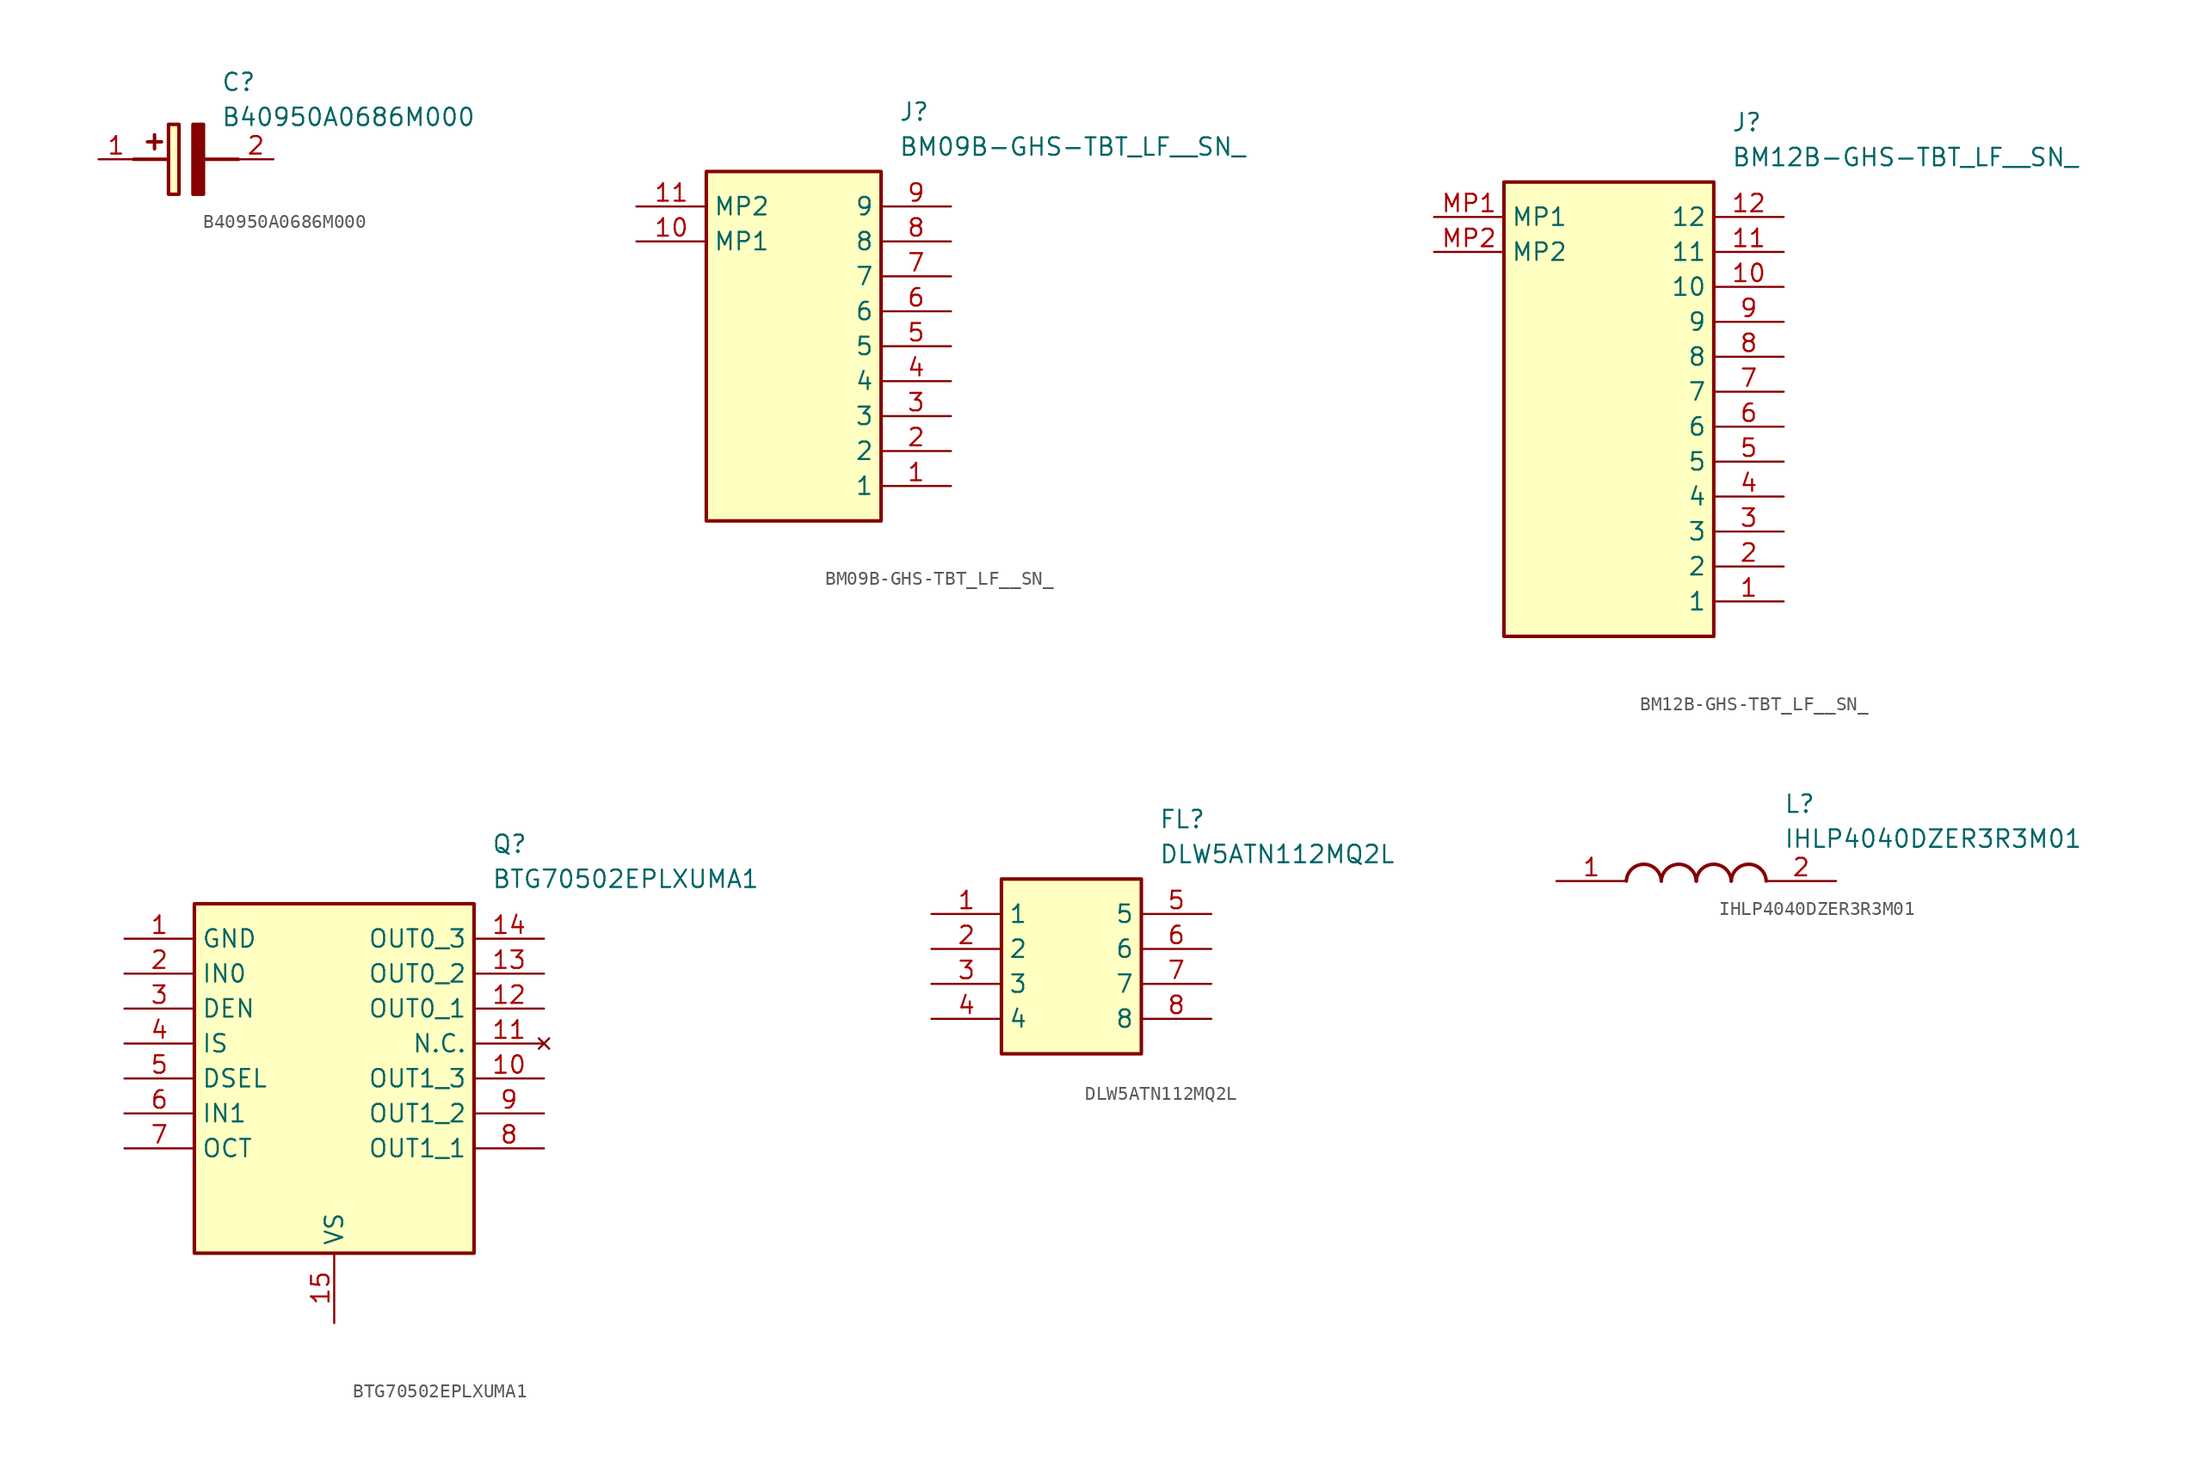
<source format=kicad_sym>
(kicad_symbol_lib
  (version 20241209)
  (generator "kicad_symbol_editor")
  (generator_version "9.0")
  (symbol "B40950A0686M000"
    (pin_names hide)
    (property "Reference" "C"
      (at 8.89 6.35 0)
      (effects (font (size 1.27 1.27)) (justify left top)))
    (property "Value" "B40950A0686M000"
      (at 8.89 3.81 0)
      (effects (font (size 1.27 1.27)) (justify left top)))
    (rectangle
      (start 5.08 2.54)
      (end 5.842 -2.54)
      (stroke (width 0.254) (type default))
      (fill (type background)))
    (polyline
      (pts (xy 4.572 1.27) (xy 3.556 1.27))
      (stroke (width 0.254) (type default))
      (fill (type none)))
    (polyline
      (pts (xy 4.064 1.778) (xy 4.064 0.762))
      (stroke (width 0.254) (type default))
      (fill (type none)))
    (polyline
      (pts (xy 2.54 0) (xy 5.08 0))
      (stroke (width 0.254) (type default))
      (fill (type none)))
    (polyline
      (pts (xy 7.62 0) (xy 10.16 0))
      (stroke (width 0.254) (type default))
      (fill (type none)))
    (polyline
      (pts (xy 7.62 2.54) (xy 7.62 -2.54) (xy 6.858 -2.54) (xy 6.858 2.54) (xy 7.62 2.54))
      (stroke (width 0.254) (type default))
      (fill (type outline)))
    (pin passive line
      (at 0 0 0)
      (length 2.54)
      (name "+" (effects (font (size 1.27 1.27))))
      (number "1" (effects (font (size 1.27 1.27)))))
    (pin passive line
      (at 12.7 0 180)
      (length 2.54)
      (name "-" (effects (font (size 1.27 1.27))))
      (number "2" (effects (font (size 1.27 1.27))))))
  (symbol "BM09B-GHS-TBT_LF__SN_"
    (property "Reference" "J"
      (at 19.05 7.62 0)
      (effects (font (size 1.27 1.27)) (justify left top)))
    (property "Value" "BM09B-GHS-TBT_LF__SN_"
      (at 19.05 5.08 0)
      (effects (font (size 1.27 1.27)) (justify left top)))
    (rectangle
      (start 5.08 2.54)
      (end 17.78 -22.86)
      (stroke (width 0.254) (type default))
      (fill (type background)))
    (pin passive line
      (at 22.86 -20.32 180)
      (length 5.08)
      (name "1" (effects (font (size 1.27 1.27))))
      (number "1" (effects (font (size 1.27 1.27)))))
    (pin passive line
      (at 22.86 -17.78 180)
      (length 5.08)
      (name "2" (effects (font (size 1.27 1.27))))
      (number "2" (effects (font (size 1.27 1.27)))))
    (pin passive line
      (at 22.86 -15.24 180)
      (length 5.08)
      (name "3" (effects (font (size 1.27 1.27))))
      (number "3" (effects (font (size 1.27 1.27)))))
    (pin passive line
      (at 22.86 -12.7 180)
      (length 5.08)
      (name "4" (effects (font (size 1.27 1.27))))
      (number "4" (effects (font (size 1.27 1.27)))))
    (pin passive line
      (at 22.86 -10.16 180)
      (length 5.08)
      (name "5" (effects (font (size 1.27 1.27))))
      (number "5" (effects (font (size 1.27 1.27)))))
    (pin passive line
      (at 22.86 -7.62 180)
      (length 5.08)
      (name "6" (effects (font (size 1.27 1.27))))
      (number "6" (effects (font (size 1.27 1.27)))))
    (pin passive line
      (at 22.86 -5.08 180)
      (length 5.08)
      (name "7" (effects (font (size 1.27 1.27))))
      (number "7" (effects (font (size 1.27 1.27)))))
    (pin passive line
      (at 22.86 -2.54 180)
      (length 5.08)
      (name "8" (effects (font (size 1.27 1.27))))
      (number "8" (effects (font (size 1.27 1.27)))))
    (pin passive line
      (at 22.86 0 180)
      (length 5.08)
      (name "9" (effects (font (size 1.27 1.27))))
      (number "9" (effects (font (size 1.27 1.27)))))
    (pin passive line
      (at 0 -2.54 0)
      (length 5.08)
      (name "MP1" (effects (font (size 1.27 1.27))))
      (number "10" (effects (font (size 1.27 1.27)))))
    (pin passive line
      (at 0 0 0)
      (length 5.08)
      (name "MP2" (effects (font (size 1.27 1.27))))
      (number "11" (effects (font (size 1.27 1.27))))))
  (symbol "BM12B-GHS-TBT_LF__SN_"
    (property "Reference" "J"
      (at 21.59 7.62 0)
      (effects (font (size 1.27 1.27)) (justify left top)))
    (property "Value" "BM12B-GHS-TBT_LF__SN_"
      (at 21.59 5.08 0)
      (effects (font (size 1.27 1.27)) (justify left top)))
    (rectangle
      (start 5.08 2.54)
      (end 20.32 -30.48)
      (stroke (width 0.254) (type default))
      (fill (type background)))
    (pin passive line
      (at 25.4 -27.94 180)
      (length 5.08)
      (name "1" (effects (font (size 1.27 1.27))))
      (number "1" (effects (font (size 1.27 1.27)))))
    (pin passive line
      (at 25.4 -25.4 180)
      (length 5.08)
      (name "2" (effects (font (size 1.27 1.27))))
      (number "2" (effects (font (size 1.27 1.27)))))
    (pin passive line
      (at 25.4 -22.86 180)
      (length 5.08)
      (name "3" (effects (font (size 1.27 1.27))))
      (number "3" (effects (font (size 1.27 1.27)))))
    (pin passive line
      (at 25.4 -20.32 180)
      (length 5.08)
      (name "4" (effects (font (size 1.27 1.27))))
      (number "4" (effects (font (size 1.27 1.27)))))
    (pin passive line
      (at 25.4 -17.78 180)
      (length 5.08)
      (name "5" (effects (font (size 1.27 1.27))))
      (number "5" (effects (font (size 1.27 1.27)))))
    (pin passive line
      (at 25.4 -15.24 180)
      (length 5.08)
      (name "6" (effects (font (size 1.27 1.27))))
      (number "6" (effects (font (size 1.27 1.27)))))
    (pin passive line
      (at 25.4 -12.7 180)
      (length 5.08)
      (name "7" (effects (font (size 1.27 1.27))))
      (number "7" (effects (font (size 1.27 1.27)))))
    (pin passive line
      (at 25.4 -10.16 180)
      (length 5.08)
      (name "8" (effects (font (size 1.27 1.27))))
      (number "8" (effects (font (size 1.27 1.27)))))
    (pin passive line
      (at 25.4 -7.62 180)
      (length 5.08)
      (name "9" (effects (font (size 1.27 1.27))))
      (number "9" (effects (font (size 1.27 1.27)))))
    (pin passive line
      (at 25.4 -5.08 180)
      (length 5.08)
      (name "10" (effects (font (size 1.27 1.27))))
      (number "10" (effects (font (size 1.27 1.27)))))
    (pin passive line
      (at 25.4 -2.54 180)
      (length 5.08)
      (name "11" (effects (font (size 1.27 1.27))))
      (number "11" (effects (font (size 1.27 1.27)))))
    (pin passive line
      (at 25.4 0 180)
      (length 5.08)
      (name "12" (effects (font (size 1.27 1.27))))
      (number "12" (effects (font (size 1.27 1.27)))))
    (pin passive line
      (at 0 0 0)
      (length 5.08)
      (name "MP1" (effects (font (size 1.27 1.27))))
      (number "MP1" (effects (font (size 1.27 1.27)))))
    (pin passive line
      (at 0 -2.54 0)
      (length 5.08)
      (name "MP2" (effects (font (size 1.27 1.27))))
      (number "MP2" (effects (font (size 1.27 1.27))))))
  (symbol "BTG70502EPLXUMA1"
    (property "Reference" "Q"
      (at 26.67 7.62 0)
      (effects (font (size 1.27 1.27)) (justify left top)))
    (property "Value" "BTG70502EPLXUMA1"
      (at 26.67 5.08 0)
      (effects (font (size 1.27 1.27)) (justify left top)))
    (symbol "BTG70502EPLXUMA1_1_1"
      (rectangle (start 5.08 2.54) (end 25.4 -22.86) (stroke (width 0.254) (type default)) (fill (type background)))
      (pin passive line (at 0 0 0) (length 5.08) (name "GND" (effects (font (size 1.27 1.27)))) (number "1" (effects (font (size 1.27 1.27)))))
      (pin passive line (at 0 -2.54 0) (length 5.08) (name "IN0" (effects (font (size 1.27 1.27)))) (number "2" (effects (font (size 1.27 1.27)))))
      (pin passive line (at 0 -5.08 0) (length 5.08) (name "DEN" (effects (font (size 1.27 1.27)))) (number "3" (effects (font (size 1.27 1.27)))))
      (pin passive line (at 0 -7.62 0) (length 5.08) (name "IS" (effects (font (size 1.27 1.27)))) (number "4" (effects (font (size 1.27 1.27)))))
      (pin passive line (at 0 -10.16 0) (length 5.08) (name "DSEL" (effects (font (size 1.27 1.27)))) (number "5" (effects (font (size 1.27 1.27)))))
      (pin passive line (at 0 -12.7 0) (length 5.08) (name "IN1" (effects (font (size 1.27 1.27)))) (number "6" (effects (font (size 1.27 1.27)))))
      (pin passive line (at 0 -15.24 0) (length 5.08) (name "OCT" (effects (font (size 1.27 1.27)))) (number "7" (effects (font (size 1.27 1.27)))))
      (pin passive line (at 15.24 -27.94 90) (length 5.08) (name "VS" (effects (font (size 1.27 1.27)))) (number "15" (effects (font (size 1.27 1.27)))))
      (pin passive line (at 30.48 0 180) (length 5.08) (name "OUT0_3" (effects (font (size 1.27 1.27)))) (number "14" (effects (font (size 1.27 1.27)))))
      (pin passive line (at 30.48 -2.54 180) (length 5.08) (name "OUT0_2" (effects (font (size 1.27 1.27)))) (number "13" (effects (font (size 1.27 1.27)))))
      (pin passive line (at 30.48 -5.08 180) (length 5.08) (name "OUT0_1" (effects (font (size 1.27 1.27)))) (number "12" (effects (font (size 1.27 1.27)))))
      (pin no_connect line (at 30.48 -7.62 180) (length 5.08) (name "N.C." (effects (font (size 1.27 1.27)))) (number "11" (effects (font (size 1.27 1.27)))))
      (pin passive line (at 30.48 -10.16 180) (length 5.08) (name "OUT1_3" (effects (font (size 1.27 1.27)))) (number "10" (effects (font (size 1.27 1.27)))))
      (pin passive line (at 30.48 -12.7 180) (length 5.08) (name "OUT1_2" (effects (font (size 1.27 1.27)))) (number "9" (effects (font (size 1.27 1.27)))))
      (pin passive line (at 30.48 -15.24 180) (length 5.08) (name "OUT1_1" (effects (font (size 1.27 1.27)))) (number "8" (effects (font (size 1.27 1.27)))))))
  (symbol "DLW5ATN112MQ2L"
    (property "Reference" "FL"
      (at 16.51 7.62 0)
      (effects (font (size 1.27 1.27)) (justify left top)))
    (property "Value" "DLW5ATN112MQ2L"
      (at 16.51 5.08 0)
      (effects (font (size 1.27 1.27)) (justify left top)))
    (symbol "DLW5ATN112MQ2L_1_1"
      (rectangle (start 5.08 2.54) (end 15.24 -10.16) (stroke (width 0.254) (type default)) (fill (type background)))
      (pin passive line (at 0 0 0) (length 5.08) (name "1" (effects (font (size 1.27 1.27)))) (number "1" (effects (font (size 1.27 1.27)))))
      (pin passive line (at 0 -2.54 0) (length 5.08) (name "2" (effects (font (size 1.27 1.27)))) (number "2" (effects (font (size 1.27 1.27)))))
      (pin passive line (at 0 -5.08 0) (length 5.08) (name "3" (effects (font (size 1.27 1.27)))) (number "3" (effects (font (size 1.27 1.27)))))
      (pin passive line (at 0 -7.62 0) (length 5.08) (name "4" (effects (font (size 1.27 1.27)))) (number "4" (effects (font (size 1.27 1.27)))))
      (pin passive line (at 20.32 0 180) (length 5.08) (name "5" (effects (font (size 1.27 1.27)))) (number "5" (effects (font (size 1.27 1.27)))))
      (pin passive line (at 20.32 -2.54 180) (length 5.08) (name "6" (effects (font (size 1.27 1.27)))) (number "6" (effects (font (size 1.27 1.27)))))
      (pin passive line (at 20.32 -5.08 180) (length 5.08) (name "7" (effects (font (size 1.27 1.27)))) (number "7" (effects (font (size 1.27 1.27)))))
      (pin passive line (at 20.32 -7.62 180) (length 5.08) (name "8" (effects (font (size 1.27 1.27)))) (number "8" (effects (font (size 1.27 1.27)))))))
  (symbol "IHLP4040DZER3R3M01"
    (pin_names hide)
    (property "Reference" "L"
      (at 16.51 6.35 0)
      (effects (font (size 1.27 1.27)) (justify left top)))
    (property "Value" "IHLP4040DZER3R3M01"
      (at 16.51 3.81 0)
      (effects (font (size 1.27 1.27)) (justify left top)))
    (arc
      (start 7.62 0)
      (mid 6.35 1.219)
      (end 5.08 0)
      (stroke (width 0.254) (type default))
      (fill (type none)))
    (arc
      (start 10.16 0)
      (mid 8.89 1.219)
      (end 7.62 0)
      (stroke (width 0.254) (type default))
      (fill (type none)))
    (arc
      (start 12.7 0)
      (mid 11.43 1.219)
      (end 10.16 0)
      (stroke (width 0.254) (type default))
      (fill (type none)))
    (arc
      (start 15.24 0)
      (mid 13.97 1.219)
      (end 12.7 0)
      (stroke (width 0.254) (type default))
      (fill (type none)))
    (pin passive line
      (at 0 0 0)
      (length 5.08)
      (name "1" (effects (font (size 1.27 1.27))))
      (number "1" (effects (font (size 1.27 1.27)))))
    (pin passive line
      (at 20.32 0 180)
      (length 5.08)
      (name "2" (effects (font (size 1.27 1.27))))
      (number "2" (effects (font (size 1.27 1.27)))))))
</source>
